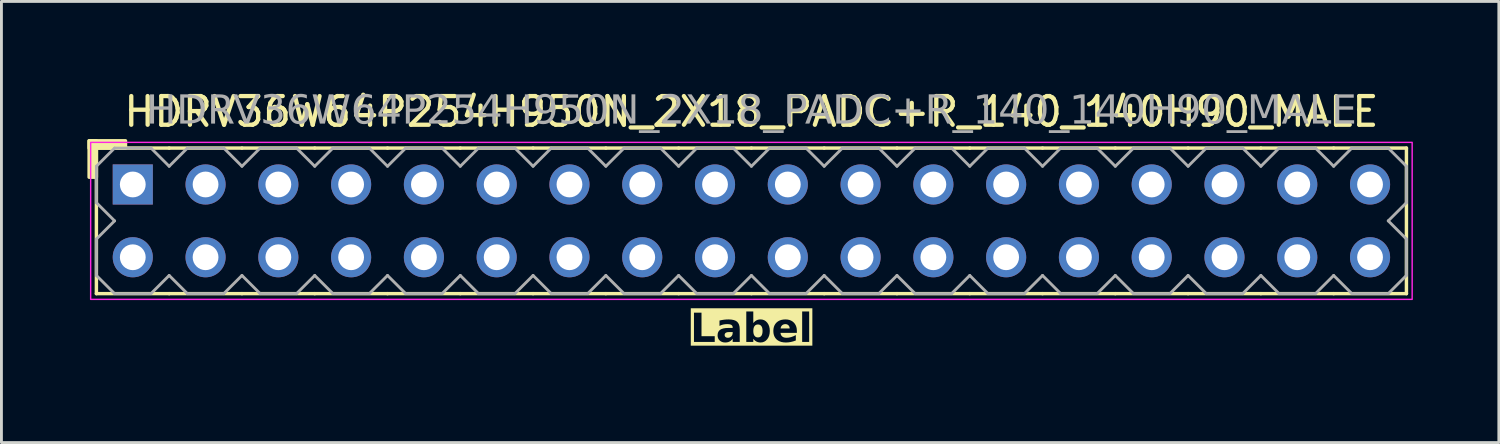
<source format=kicad_pcb>
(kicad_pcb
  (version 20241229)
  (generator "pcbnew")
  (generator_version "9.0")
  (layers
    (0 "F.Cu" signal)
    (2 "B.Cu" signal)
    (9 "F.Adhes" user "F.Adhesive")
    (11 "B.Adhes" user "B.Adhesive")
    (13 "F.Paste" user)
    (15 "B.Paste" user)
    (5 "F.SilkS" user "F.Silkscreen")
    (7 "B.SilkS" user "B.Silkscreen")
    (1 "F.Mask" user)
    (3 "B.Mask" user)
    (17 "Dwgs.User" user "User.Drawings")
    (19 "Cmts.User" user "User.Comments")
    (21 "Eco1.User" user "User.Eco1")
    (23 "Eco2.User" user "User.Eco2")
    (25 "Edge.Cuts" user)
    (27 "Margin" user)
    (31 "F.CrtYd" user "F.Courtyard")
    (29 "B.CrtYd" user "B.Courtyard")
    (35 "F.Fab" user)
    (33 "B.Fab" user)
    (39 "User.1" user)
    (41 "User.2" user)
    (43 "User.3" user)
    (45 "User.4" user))
  (footprint "HDRV36W64P254H950N_2X18_PADC+R_140_140H90_MALE"
    (layer "F.Cu")
    (at 23.174 4.658)
    (property "Reference" "HDRV36W64P254H950N_2X18_PADC+R_140_140H90_MALE" (at 0 -3.81 0) (layer "F.SilkS") (effects (font (size 1 1) (thickness 0.15))))
    (property "Label" "Label" (at 0 3.81 0) (layer "F.SilkS" knockout) (effects (font (face "Tahoma") (size 1 1) (thickness 0.2) (bold yes))))
    (attr through_hole)
    (fp_line (start -22.86 2.54) (end -22.86 -2.54) (stroke (width 0.12) (type solid)) (layer "F.SilkS"))
    (fp_line (start -20.32 -2.54) (end -22.86 -2.54) (stroke (width 0.12) (type solid)) (layer "F.SilkS"))
    (fp_line (start -20.32 2.54) (end -22.86 2.54) (stroke (width 0.12) (type solid)) (layer "F.SilkS"))
    (fp_line (start -17.78 -2.54) (end -20.32 -2.54) (stroke (width 0.12) (type solid)) (layer "F.SilkS"))
    (fp_line (start -17.78 2.54) (end -20.32 2.54) (stroke (width 0.12) (type solid)) (layer "F.SilkS"))
    (fp_line (start -15.24 -2.54) (end -17.78 -2.54) (stroke (width 0.12) (type solid)) (layer "F.SilkS"))
    (fp_line (start -15.24 2.54) (end -17.78 2.54) (stroke (width 0.12) (type solid)) (layer "F.SilkS"))
    (fp_line (start -12.7 -2.54) (end -15.24 -2.54) (stroke (width 0.12) (type solid)) (layer "F.SilkS"))
    (fp_line (start -12.7 2.54) (end -15.24 2.54) (stroke (width 0.12) (type solid)) (layer "F.SilkS"))
    (fp_line (start -10.16 -2.54) (end -12.7 -2.54) (stroke (width 0.12) (type solid)) (layer "F.SilkS"))
    (fp_line (start -10.16 2.54) (end -12.7 2.54) (stroke (width 0.12) (type solid)) (layer "F.SilkS"))
    (fp_line (start -7.62 -2.54) (end -10.16 -2.54) (stroke (width 0.12) (type solid)) (layer "F.SilkS"))
    (fp_line (start -7.62 2.54) (end -10.16 2.54) (stroke (width 0.12) (type solid)) (layer "F.SilkS"))
    (fp_line (start -5.08 -2.54) (end -7.62 -2.54) (stroke (width 0.12) (type solid)) (layer "F.SilkS"))
    (fp_line (start -5.08 2.54) (end -7.62 2.54) (stroke (width 0.12) (type solid)) (layer "F.SilkS"))
    (fp_line (start -2.54 -2.54) (end -5.08 -2.54) (stroke (width 0.12) (type solid)) (layer "F.SilkS"))
    (fp_line (start -2.54 2.54) (end -5.08 2.54) (stroke (width 0.12) (type solid)) (layer "F.SilkS"))
    (fp_line (start 0 -2.54) (end -2.54 -2.54) (stroke (width 0.12) (type solid)) (layer "F.SilkS"))
    (fp_line (start 0 2.54) (end -2.54 2.54) (stroke (width 0.12) (type solid)) (layer "F.SilkS"))
    (fp_line (start 2.54 -2.54) (end 0 -2.54) (stroke (width 0.12) (type solid)) (layer "F.SilkS"))
    (fp_line (start 2.54 2.54) (end 0 2.54) (stroke (width 0.12) (type solid)) (layer "F.SilkS"))
    (fp_line (start 5.08 -2.54) (end 2.54 -2.54) (stroke (width 0.12) (type solid)) (layer "F.SilkS"))
    (fp_line (start 5.08 2.54) (end 2.54 2.54) (stroke (width 0.12) (type solid)) (layer "F.SilkS"))
    (fp_line (start 7.62 -2.54) (end 5.08 -2.54) (stroke (width 0.12) (type solid)) (layer "F.SilkS"))
    (fp_line (start 7.62 2.54) (end 5.08 2.54) (stroke (width 0.12) (type solid)) (layer "F.SilkS"))
    (fp_line (start 10.16 -2.54) (end 7.62 -2.54) (stroke (width 0.12) (type solid)) (layer "F.SilkS"))
    (fp_line (start 10.16 2.54) (end 7.62 2.54) (stroke (width 0.12) (type solid)) (layer "F.SilkS"))
    (fp_line (start 12.7 -2.54) (end 10.16 -2.54) (stroke (width 0.12) (type solid)) (layer "F.SilkS"))
    (fp_line (start 12.7 2.54) (end 10.16 2.54) (stroke (width 0.12) (type solid)) (layer "F.SilkS"))
    (fp_line (start 15.24 -2.54) (end 12.7 -2.54) (stroke (width 0.12) (type solid)) (layer "F.SilkS"))
    (fp_line (start 15.24 2.54) (end 12.7 2.54) (stroke (width 0.12) (type solid)) (layer "F.SilkS"))
    (fp_line (start 17.78 -2.54) (end 15.24 -2.54) (stroke (width 0.12) (type solid)) (layer "F.SilkS"))
    (fp_line (start 17.78 2.54) (end 15.24 2.54) (stroke (width 0.12) (type solid)) (layer "F.SilkS"))
    (fp_line (start 20.32 -2.54) (end 17.78 -2.54) (stroke (width 0.12) (type solid)) (layer "F.SilkS"))
    (fp_line (start 20.32 2.54) (end 17.78 2.54) (stroke (width 0.12) (type solid)) (layer "F.SilkS"))
    (fp_line (start 22.86 -2.54) (end 20.32 -2.54) (stroke (width 0.12) (type solid)) (layer "F.SilkS"))
    (fp_line (start 22.86 2.54) (end 20.32 2.54) (stroke (width 0.12) (type solid)) (layer "F.SilkS"))
    (fp_line (start 22.86 2.54) (end 22.86 -2.54) (stroke (width 0.12) (type solid)) (layer "F.SilkS"))
    (fp_rect (start -23.114 -1.524) (end -22.86 -2.794) (stroke (width 0.12) (type solid)) (fill yes) (layer "F.SilkS"))
    (fp_rect (start -21.844 -2.54) (end -23.114 -2.794) (stroke (width 0.12) (type solid)) (fill yes) (layer "F.SilkS"))
    (fp_rect (start -23.06 -2.74) (end 23.06 2.74) (stroke (width 0.05) (type default)) (fill no) (layer "F.CrtYd"))
    (fp_line (start -22.86 -1.905) (end -22.86 -0.635) (stroke (width 0.1) (type solid)) (layer "F.Fab"))
    (fp_line (start -22.86 -1.905) (end -22.225 -2.54) (stroke (width 0.1) (type solid)) (layer "F.Fab"))
    (fp_line (start -22.86 0.635) (end -22.86 1.905) (stroke (width 0.1) (type solid)) (layer "F.Fab"))
    (fp_line (start -22.225 -2.54) (end -20.955 -2.54) (stroke (width 0.1) (type solid)) (layer "F.Fab"))
    (fp_line (start -22.225 0) (end -22.86 -0.635) (stroke (width 0.1) (type solid)) (layer "F.Fab"))
    (fp_line (start -22.225 0) (end -22.86 0.635) (stroke (width 0.1) (type solid)) (layer "F.Fab"))
    (fp_line (start -22.225 2.54) (end -22.86 1.905) (stroke (width 0.1) (type solid)) (layer "F.Fab"))
    (fp_line (start -20.955 -2.54) (end -20.32 -1.905) (stroke (width 0.1) (type solid)) (layer "F.Fab"))
    (fp_line (start -20.955 2.54) (end -22.225 2.54) (stroke (width 0.1) (type solid)) (layer "F.Fab"))
    (fp_line (start -20.32 -1.905) (end -19.685 -2.54) (stroke (width 0.1) (type solid)) (layer "F.Fab"))
    (fp_line (start -20.32 1.905) (end -20.955 2.54) (stroke (width 0.1) (type solid)) (layer "F.Fab"))
    (fp_line (start -19.685 -2.54) (end -18.415 -2.54) (stroke (width 0.1) (type solid)) (layer "F.Fab"))
    (fp_line (start -19.685 2.54) (end -20.32 1.905) (stroke (width 0.1) (type solid)) (layer "F.Fab"))
    (fp_line (start -18.415 -2.54) (end -17.78 -1.905) (stroke (width 0.1) (type solid)) (layer "F.Fab"))
    (fp_line (start -18.415 2.54) (end -19.685 2.54) (stroke (width 0.1) (type solid)) (layer "F.Fab"))
    (fp_line (start -17.78 -1.905) (end -17.145 -2.54) (stroke (width 0.1) (type solid)) (layer "F.Fab"))
    (fp_line (start -17.78 1.905) (end -18.415 2.54) (stroke (width 0.1) (type solid)) (layer "F.Fab"))
    (fp_line (start -17.145 -2.54) (end -15.875 -2.54) (stroke (width 0.1) (type solid)) (layer "F.Fab"))
    (fp_line (start -17.145 2.54) (end -17.78 1.905) (stroke (width 0.1) (type solid)) (layer "F.Fab"))
    (fp_line (start -15.875 -2.54) (end -15.24 -1.905) (stroke (width 0.1) (type solid)) (layer "F.Fab"))
    (fp_line (start -15.875 2.54) (end -17.145 2.54) (stroke (width 0.1) (type solid)) (layer "F.Fab"))
    (fp_line (start -15.24 -1.905) (end -14.605 -2.54) (stroke (width 0.1) (type solid)) (layer "F.Fab"))
    (fp_line (start -15.24 1.905) (end -15.875 2.54) (stroke (width 0.1) (type solid)) (layer "F.Fab"))
    (fp_line (start -14.605 -2.54) (end -13.335 -2.54) (stroke (width 0.1) (type solid)) (layer "F.Fab"))
    (fp_line (start -14.605 2.54) (end -15.24 1.905) (stroke (width 0.1) (type solid)) (layer "F.Fab"))
    (fp_line (start -13.335 -2.54) (end -12.7 -1.905) (stroke (width 0.1) (type solid)) (layer "F.Fab"))
    (fp_line (start -13.335 2.54) (end -14.605 2.54) (stroke (width 0.1) (type solid)) (layer "F.Fab"))
    (fp_line (start -12.7 -1.905) (end -12.065 -2.54) (stroke (width 0.1) (type solid)) (layer "F.Fab"))
    (fp_line (start -12.7 1.905) (end -13.335 2.54) (stroke (width 0.1) (type solid)) (layer "F.Fab"))
    (fp_line (start -12.065 -2.54) (end -10.795 -2.54) (stroke (width 0.1) (type solid)) (layer "F.Fab"))
    (fp_line (start -12.065 2.54) (end -12.7 1.905) (stroke (width 0.1) (type solid)) (layer "F.Fab"))
    (fp_line (start -10.795 -2.54) (end -10.16 -1.905) (stroke (width 0.1) (type solid)) (layer "F.Fab"))
    (fp_line (start -10.795 2.54) (end -12.065 2.54) (stroke (width 0.1) (type solid)) (layer "F.Fab"))
    (fp_line (start -10.16 -1.905) (end -9.525 -2.54) (stroke (width 0.1) (type solid)) (layer "F.Fab"))
    (fp_line (start -10.16 1.905) (end -10.795 2.54) (stroke (width 0.1) (type solid)) (layer "F.Fab"))
    (fp_line (start -9.525 -2.54) (end -8.255 -2.54) (stroke (width 0.1) (type solid)) (layer "F.Fab"))
    (fp_line (start -9.525 2.54) (end -10.16 1.905) (stroke (width 0.1) (type solid)) (layer "F.Fab"))
    (fp_line (start -8.255 -2.54) (end -7.62 -1.905) (stroke (width 0.1) (type solid)) (layer "F.Fab"))
    (fp_line (start -8.255 2.54) (end -9.525 2.54) (stroke (width 0.1) (type solid)) (layer "F.Fab"))
    (fp_line (start -7.62 -1.905) (end -6.985 -2.54) (stroke (width 0.1) (type solid)) (layer "F.Fab"))
    (fp_line (start -7.62 1.905) (end -8.255 2.54) (stroke (width 0.1) (type solid)) (layer "F.Fab"))
    (fp_line (start -6.985 -2.54) (end -5.715 -2.54) (stroke (width 0.1) (type solid)) (layer "F.Fab"))
    (fp_line (start -6.985 2.54) (end -7.62 1.905) (stroke (width 0.1) (type solid)) (layer "F.Fab"))
    (fp_line (start -5.715 -2.54) (end -5.08 -1.905) (stroke (width 0.1) (type solid)) (layer "F.Fab"))
    (fp_line (start -5.715 2.54) (end -6.985 2.54) (stroke (width 0.1) (type solid)) (layer "F.Fab"))
    (fp_line (start -5.08 -1.905) (end -4.445 -2.54) (stroke (width 0.1) (type solid)) (layer "F.Fab"))
    (fp_line (start -5.08 1.905) (end -5.715 2.54) (stroke (width 0.1) (type solid)) (layer "F.Fab"))
    (fp_line (start -4.445 -2.54) (end -3.175 -2.54) (stroke (width 0.1) (type solid)) (layer "F.Fab"))
    (fp_line (start -4.445 2.54) (end -5.08 1.905) (stroke (width 0.1) (type solid)) (layer "F.Fab"))
    (fp_line (start -3.175 -2.54) (end -2.54 -1.905) (stroke (width 0.1) (type solid)) (layer "F.Fab"))
    (fp_line (start -3.175 2.54) (end -4.445 2.54) (stroke (width 0.1) (type solid)) (layer "F.Fab"))
    (fp_line (start -2.54 -1.905) (end -1.905 -2.54) (stroke (width 0.1) (type solid)) (layer "F.Fab"))
    (fp_line (start -2.54 1.905) (end -3.175 2.54) (stroke (width 0.1) (type solid)) (layer "F.Fab"))
    (fp_line (start -1.905 -2.54) (end -0.635 -2.54) (stroke (width 0.1) (type solid)) (layer "F.Fab"))
    (fp_line (start -1.905 2.54) (end -2.54 1.905) (stroke (width 0.1) (type solid)) (layer "F.Fab"))
    (fp_line (start -0.635 -2.54) (end 0 -1.905) (stroke (width 0.1) (type solid)) (layer "F.Fab"))
    (fp_line (start -0.635 2.54) (end -1.905 2.54) (stroke (width 0.1) (type solid)) (layer "F.Fab"))
    (fp_line (start 0 -1.905) (end 0.635 -2.54) (stroke (width 0.1) (type solid)) (layer "F.Fab"))
    (fp_line (start 0 1.905) (end -0.635 2.54) (stroke (width 0.1) (type solid)) (layer "F.Fab"))
    (fp_line (start 0.635 -2.54) (end 1.905 -2.54) (stroke (width 0.1) (type solid)) (layer "F.Fab"))
    (fp_line (start 0.635 2.54) (end 0 1.905) (stroke (width 0.1) (type solid)) (layer "F.Fab"))
    (fp_line (start 1.905 -2.54) (end 2.54 -1.905) (stroke (width 0.1) (type solid)) (layer "F.Fab"))
    (fp_line (start 1.905 2.54) (end 0.635 2.54) (stroke (width 0.1) (type solid)) (layer "F.Fab"))
    (fp_line (start 2.54 -1.905) (end 3.175 -2.54) (stroke (width 0.1) (type solid)) (layer "F.Fab"))
    (fp_line (start 2.54 1.905) (end 1.905 2.54) (stroke (width 0.1) (type solid)) (layer "F.Fab"))
    (fp_line (start 3.175 -2.54) (end 4.445 -2.54) (stroke (width 0.1) (type solid)) (layer "F.Fab"))
    (fp_line (start 3.175 2.54) (end 2.54 1.905) (stroke (width 0.1) (type solid)) (layer "F.Fab"))
    (fp_line (start 4.445 -2.54) (end 5.08 -1.905) (stroke (width 0.1) (type solid)) (layer "F.Fab"))
    (fp_line (start 4.445 2.54) (end 3.175 2.54) (stroke (width 0.1) (type solid)) (layer "F.Fab"))
    (fp_line (start 5.08 -1.905) (end 5.715 -2.54) (stroke (width 0.1) (type solid)) (layer "F.Fab"))
    (fp_line (start 5.08 1.905) (end 4.445 2.54) (stroke (width 0.1) (type solid)) (layer "F.Fab"))
    (fp_line (start 5.715 -2.54) (end 6.985 -2.54) (stroke (width 0.1) (type solid)) (layer "F.Fab"))
    (fp_line (start 5.715 2.54) (end 5.08 1.905) (stroke (width 0.1) (type solid)) (layer "F.Fab"))
    (fp_line (start 6.985 -2.54) (end 7.62 -1.905) (stroke (width 0.1) (type solid)) (layer "F.Fab"))
    (fp_line (start 6.985 2.54) (end 5.715 2.54) (stroke (width 0.1) (type solid)) (layer "F.Fab"))
    (fp_line (start 7.62 -1.905) (end 8.255 -2.54) (stroke (width 0.1) (type solid)) (layer "F.Fab"))
    (fp_line (start 7.62 1.905) (end 6.985 2.54) (stroke (width 0.1) (type solid)) (layer "F.Fab"))
    (fp_line (start 8.255 -2.54) (end 9.525 -2.54) (stroke (width 0.1) (type solid)) (layer "F.Fab"))
    (fp_line (start 8.255 2.54) (end 7.62 1.905) (stroke (width 0.1) (type solid)) (layer "F.Fab"))
    (fp_line (start 9.525 -2.54) (end 10.16 -1.905) (stroke (width 0.1) (type solid)) (layer "F.Fab"))
    (fp_line (start 9.525 2.54) (end 8.255 2.54) (stroke (width 0.1) (type solid)) (layer "F.Fab"))
    (fp_line (start 10.16 -1.905) (end 10.795 -2.54) (stroke (width 0.1) (type solid)) (layer "F.Fab"))
    (fp_line (start 10.16 1.905) (end 9.525 2.54) (stroke (width 0.1) (type solid)) (layer "F.Fab"))
    (fp_line (start 10.795 -2.54) (end 12.065 -2.54) (stroke (width 0.1) (type solid)) (layer "F.Fab"))
    (fp_line (start 10.795 2.54) (end 10.16 1.905) (stroke (width 0.1) (type solid)) (layer "F.Fab"))
    (fp_line (start 12.065 -2.54) (end 12.7 -1.905) (stroke (width 0.1) (type solid)) (layer "F.Fab"))
    (fp_line (start 12.065 2.54) (end 10.795 2.54) (stroke (width 0.1) (type solid)) (layer "F.Fab"))
    (fp_line (start 12.7 -1.905) (end 13.335 -2.54) (stroke (width 0.1) (type solid)) (layer "F.Fab"))
    (fp_line (start 12.7 1.905) (end 12.065 2.54) (stroke (width 0.1) (type solid)) (layer "F.Fab"))
    (fp_line (start 13.335 -2.54) (end 14.605 -2.54) (stroke (width 0.1) (type solid)) (layer "F.Fab"))
    (fp_line (start 13.335 2.54) (end 12.7 1.905) (stroke (width 0.1) (type solid)) (layer "F.Fab"))
    (fp_line (start 14.605 -2.54) (end 15.24 -1.905) (stroke (width 0.1) (type solid)) (layer "F.Fab"))
    (fp_line (start 14.605 2.54) (end 13.335 2.54) (stroke (width 0.1) (type solid)) (layer "F.Fab"))
    (fp_line (start 15.24 -1.905) (end 15.875 -2.54) (stroke (width 0.1) (type solid)) (layer "F.Fab"))
    (fp_line (start 15.24 1.905) (end 14.605 2.54) (stroke (width 0.1) (type solid)) (layer "F.Fab"))
    (fp_line (start 15.875 -2.54) (end 17.145 -2.54) (stroke (width 0.1) (type solid)) (layer "F.Fab"))
    (fp_line (start 15.875 2.54) (end 15.24 1.905) (stroke (width 0.1) (type solid)) (layer "F.Fab"))
    (fp_line (start 17.145 -2.54) (end 17.78 -1.905) (stroke (width 0.1) (type solid)) (layer "F.Fab"))
    (fp_line (start 17.145 2.54) (end 15.875 2.54) (stroke (width 0.1) (type solid)) (layer "F.Fab"))
    (fp_line (start 17.78 -1.905) (end 18.415 -2.54) (stroke (width 0.1) (type solid)) (layer "F.Fab"))
    (fp_line (start 17.78 1.905) (end 17.145 2.54) (stroke (width 0.1) (type solid)) (layer "F.Fab"))
    (fp_line (start 18.415 -2.54) (end 19.685 -2.54) (stroke (width 0.1) (type solid)) (layer "F.Fab"))
    (fp_line (start 18.415 2.54) (end 17.78 1.905) (stroke (width 0.1) (type solid)) (layer "F.Fab"))
    (fp_line (start 19.685 -2.54) (end 20.32 -1.905) (stroke (width 0.1) (type solid)) (layer "F.Fab"))
    (fp_line (start 19.685 2.54) (end 18.415 2.54) (stroke (width 0.1) (type solid)) (layer "F.Fab"))
    (fp_line (start 20.32 -1.905) (end 20.955 -2.54) (stroke (width 0.1) (type solid)) (layer "F.Fab"))
    (fp_line (start 20.32 1.905) (end 19.685 2.54) (stroke (width 0.1) (type solid)) (layer "F.Fab"))
    (fp_line (start 20.955 -2.54) (end 22.225 -2.54) (stroke (width 0.1) (type solid)) (layer "F.Fab"))
    (fp_line (start 20.955 2.54) (end 20.32 1.905) (stroke (width 0.1) (type solid)) (layer "F.Fab"))
    (fp_line (start 22.225 -2.54) (end 22.86 -1.905) (stroke (width 0.1) (type solid)) (layer "F.Fab"))
    (fp_line (start 22.225 0) (end 22.86 0.635) (stroke (width 0.1) (type solid)) (layer "F.Fab"))
    (fp_line (start 22.225 2.54) (end 20.955 2.54) (stroke (width 0.1) (type solid)) (layer "F.Fab"))
    (fp_line (start 22.86 -1.905) (end 22.86 -0.635) (stroke (width 0.1) (type solid)) (layer "F.Fab"))
    (fp_line (start 22.86 -0.635) (end 22.225 0) (stroke (width 0.1) (type solid)) (layer "F.Fab"))
    (fp_line (start 22.86 0.635) (end 22.86 1.905) (stroke (width 0.1) (type solid)) (layer "F.Fab"))
    (fp_line (start 22.86 1.905) (end 22.225 2.54) (stroke (width 0.1) (type solid)) (layer "F.Fab"))
    (fp_rect (start -21.336 -1.524) (end -21.844 -1.016) (stroke (width 0.1) (type solid)) (fill no) (layer "F.Fab"))
    (fp_rect (start -21.336 1.016) (end -21.844 1.524) (stroke (width 0.1) (type solid)) (fill no) (layer "F.Fab"))
    (fp_rect (start -18.796 -1.524) (end -19.304 -1.016) (stroke (width 0.1) (type solid)) (fill no) (layer "F.Fab"))
    (fp_rect (start -18.796 1.016) (end -19.304 1.524) (stroke (width 0.1) (type solid)) (fill no) (layer "F.Fab"))
    (fp_rect (start -16.256 -1.524) (end -16.764 -1.016) (stroke (width 0.1) (type solid)) (fill no) (layer "F.Fab"))
    (fp_rect (start -16.256 1.016) (end -16.764 1.524) (stroke (width 0.1) (type solid)) (fill no) (layer "F.Fab"))
    (fp_rect (start -13.716 -1.524) (end -14.224 -1.016) (stroke (width 0.1) (type solid)) (fill no) (layer "F.Fab"))
    (fp_rect (start -13.716 1.016) (end -14.224 1.524) (stroke (width 0.1) (type solid)) (fill no) (layer "F.Fab"))
    (fp_rect (start -11.176 -1.524) (end -11.684 -1.016) (stroke (width 0.1) (type solid)) (fill no) (layer "F.Fab"))
    (fp_rect (start -11.176 1.016) (end -11.684 1.524) (stroke (width 0.1) (type solid)) (fill no) (layer "F.Fab"))
    (fp_rect (start -8.636 -1.524) (end -9.144 -1.016) (stroke (width 0.1) (type solid)) (fill no) (layer "F.Fab"))
    (fp_rect (start -8.636 1.016) (end -9.144 1.524) (stroke (width 0.1) (type solid)) (fill no) (layer "F.Fab"))
    (fp_rect (start -6.096 -1.524) (end -6.604 -1.016) (stroke (width 0.1) (type solid)) (fill no) (layer "F.Fab"))
    (fp_rect (start -6.096 1.016) (end -6.604 1.524) (stroke (width 0.1) (type solid)) (fill no) (layer "F.Fab"))
    (fp_rect (start -3.556 -1.524) (end -4.064 -1.016) (stroke (width 0.1) (type solid)) (fill no) (layer "F.Fab"))
    (fp_rect (start -3.556 1.016) (end -4.064 1.524) (stroke (width 0.1) (type solid)) (fill no) (layer "F.Fab"))
    (fp_rect (start -1.016 -1.524) (end -1.524 -1.016) (stroke (width 0.1) (type solid)) (fill no) (layer "F.Fab"))
    (fp_rect (start -1.016 1.016) (end -1.524 1.524) (stroke (width 0.1) (type solid)) (fill no) (layer "F.Fab"))
    (fp_rect (start 1.524 -1.524) (end 1.016 -1.016) (stroke (width 0.1) (type solid)) (fill no) (layer "F.Fab"))
    (fp_rect (start 1.524 1.016) (end 1.016 1.524) (stroke (width 0.1) (type solid)) (fill no) (layer "F.Fab"))
    (fp_rect (start 4.064 -1.524) (end 3.556 -1.016) (stroke (width 0.1) (type solid)) (fill no) (layer "F.Fab"))
    (fp_rect (start 4.064 1.016) (end 3.556 1.524) (stroke (width 0.1) (type solid)) (fill no) (layer "F.Fab"))
    (fp_rect (start 6.604 -1.524) (end 6.096 -1.016) (stroke (width 0.1) (type solid)) (fill no) (layer "F.Fab"))
    (fp_rect (start 6.604 1.016) (end 6.096 1.524) (stroke (width 0.1) (type solid)) (fill no) (layer "F.Fab"))
    (fp_rect (start 9.144 -1.524) (end 8.636 -1.016) (stroke (width 0.1) (type solid)) (fill no) (layer "F.Fab"))
    (fp_rect (start 9.144 1.016) (end 8.636 1.524) (stroke (width 0.1) (type solid)) (fill no) (layer "F.Fab"))
    (fp_rect (start 11.684 -1.524) (end 11.176 -1.016) (stroke (width 0.1) (type solid)) (fill no) (layer "F.Fab"))
    (fp_rect (start 11.684 1.016) (end 11.176 1.524) (stroke (width 0.1) (type solid)) (fill no) (layer "F.Fab"))
    (fp_rect (start 14.224 -1.524) (end 13.716 -1.016) (stroke (width 0.1) (type solid)) (fill no) (layer "F.Fab"))
    (fp_rect (start 14.224 1.016) (end 13.716 1.524) (stroke (width 0.1) (type solid)) (fill no) (layer "F.Fab"))
    (fp_rect (start 16.764 -1.524) (end 16.256 -1.016) (stroke (width 0.1) (type solid)) (fill no) (layer "F.Fab"))
    (fp_rect (start 16.764 1.016) (end 16.256 1.524) (stroke (width 0.1) (type solid)) (fill no) (layer "F.Fab"))
    (fp_rect (start 19.304 -1.524) (end 18.796 -1.016) (stroke (width 0.1) (type solid)) (fill no) (layer "F.Fab"))
    (fp_rect (start 19.304 1.016) (end 18.796 1.524) (stroke (width 0.1) (type solid)) (fill no) (layer "F.Fab"))
    (fp_rect (start 21.844 -1.524) (end 21.336 -1.016) (stroke (width 0.1) (type solid)) (fill no) (layer "F.Fab"))
    (fp_rect (start 21.844 1.016) (end 21.336 1.524) (stroke (width 0.1) (type solid)) (fill no) (layer "F.Fab"))
    (fp_text user "${REFERENCE}" (at 0 -3.81 0) (layer "F.Fab") (effects (font (face "Tahoma") (size 1 1) (thickness 0.15))))
    (pad "1" thru_hole rect (at -21.59 -1.27) (size 1.4 1.4) (drill 0.9) (layers "*.Cu" "*.Mask"))
    (pad "2" thru_hole circle (at -21.59 1.27) (size 1.4 1.4) (drill 0.9) (layers "*.Cu" "*.Mask"))
    (pad "3" thru_hole circle (at -19.05 -1.27) (size 1.4 1.4) (drill 0.9) (layers "*.Cu" "*.Mask"))
    (pad "4" thru_hole circle (at -19.05 1.27) (size 1.4 1.4) (drill 0.9) (layers "*.Cu" "*.Mask"))
    (pad "5" thru_hole circle (at -16.51 -1.27) (size 1.4 1.4) (drill 0.9) (layers "*.Cu" "*.Mask"))
    (pad "6" thru_hole circle (at -16.51 1.27) (size 1.4 1.4) (drill 0.9) (layers "*.Cu" "*.Mask"))
    (pad "7" thru_hole circle (at -13.97 -1.27) (size 1.4 1.4) (drill 0.9) (layers "*.Cu" "*.Mask"))
    (pad "8" thru_hole circle (at -13.97 1.27) (size 1.4 1.4) (drill 0.9) (layers "*.Cu" "*.Mask"))
    (pad "9" thru_hole circle (at -11.43 -1.27) (size 1.4 1.4) (drill 0.9) (layers "*.Cu" "*.Mask"))
    (pad "10" thru_hole circle (at -11.43 1.27) (size 1.4 1.4) (drill 0.9) (layers "*.Cu" "*.Mask"))
    (pad "11" thru_hole circle (at -8.89 -1.27) (size 1.4 1.4) (drill 0.9) (layers "*.Cu" "*.Mask"))
    (pad "12" thru_hole circle (at -8.89 1.27) (size 1.4 1.4) (drill 0.9) (layers "*.Cu" "*.Mask"))
    (pad "13" thru_hole circle (at -6.35 -1.27) (size 1.4 1.4) (drill 0.9) (layers "*.Cu" "*.Mask"))
    (pad "14" thru_hole circle (at -6.35 1.27) (size 1.4 1.4) (drill 0.9) (layers "*.Cu" "*.Mask"))
    (pad "15" thru_hole circle (at -3.81 -1.27) (size 1.4 1.4) (drill 0.9) (layers "*.Cu" "*.Mask"))
    (pad "16" thru_hole circle (at -3.81 1.27) (size 1.4 1.4) (drill 0.9) (layers "*.Cu" "*.Mask"))
    (pad "17" thru_hole circle (at -1.27 -1.27) (size 1.4 1.4) (drill 0.9) (layers "*.Cu" "*.Mask"))
    (pad "18" thru_hole circle (at -1.27 1.27) (size 1.4 1.4) (drill 0.9) (layers "*.Cu" "*.Mask"))
    (pad "19" thru_hole circle (at 1.27 -1.27) (size 1.4 1.4) (drill 0.9) (layers "*.Cu" "*.Mask"))
    (pad "20" thru_hole circle (at 1.27 1.27) (size 1.4 1.4) (drill 0.9) (layers "*.Cu" "*.Mask"))
    (pad "21" thru_hole circle (at 3.81 -1.27) (size 1.4 1.4) (drill 0.9) (layers "*.Cu" "*.Mask"))
    (pad "22" thru_hole circle (at 3.81 1.27) (size 1.4 1.4) (drill 0.9) (layers "*.Cu" "*.Mask"))
    (pad "23" thru_hole circle (at 6.35 -1.27) (size 1.4 1.4) (drill 0.9) (layers "*.Cu" "*.Mask"))
    (pad "24" thru_hole circle (at 6.35 1.27) (size 1.4 1.4) (drill 0.9) (layers "*.Cu" "*.Mask"))
    (pad "25" thru_hole circle (at 8.89 -1.27) (size 1.4 1.4) (drill 0.9) (layers "*.Cu" "*.Mask"))
    (pad "26" thru_hole circle (at 8.89 1.27) (size 1.4 1.4) (drill 0.9) (layers "*.Cu" "*.Mask"))
    (pad "27" thru_hole circle (at 11.43 -1.27) (size 1.4 1.4) (drill 0.9) (layers "*.Cu" "*.Mask"))
    (pad "28" thru_hole circle (at 11.43 1.27) (size 1.4 1.4) (drill 0.9) (layers "*.Cu" "*.Mask"))
    (pad "29" thru_hole circle (at 13.97 -1.27) (size 1.4 1.4) (drill 0.9) (layers "*.Cu" "*.Mask"))
    (pad "30" thru_hole circle (at 13.97 1.27) (size 1.4 1.4) (drill 0.9) (layers "*.Cu" "*.Mask"))
    (pad "31" thru_hole circle (at 16.51 -1.27) (size 1.4 1.4) (drill 0.9) (layers "*.Cu" "*.Mask"))
    (pad "32" thru_hole circle (at 16.51 1.27) (size 1.4 1.4) (drill 0.9) (layers "*.Cu" "*.Mask"))
    (pad "33" thru_hole circle (at 19.05 -1.27) (size 1.4 1.4) (drill 0.9) (layers "*.Cu" "*.Mask"))
    (pad "34" thru_hole circle (at 19.05 1.27) (size 1.4 1.4) (drill 0.9) (layers "*.Cu" "*.Mask"))
    (pad "35" thru_hole circle (at 21.59 -1.27) (size 1.4 1.4) (drill 0.9) (layers "*.Cu" "*.Mask"))
    (pad "36" thru_hole circle (at 21.59 1.27) (size 1.4 1.4) (drill 0.9) (layers "*.Cu" "*.Mask")))
  (gr_rect
    (start -3 -3)
    (end 49.259 12.396)
    (stroke (width 0.1) (type default))
    (fill no)
    (layer "Edge.Cuts")))
</source>
